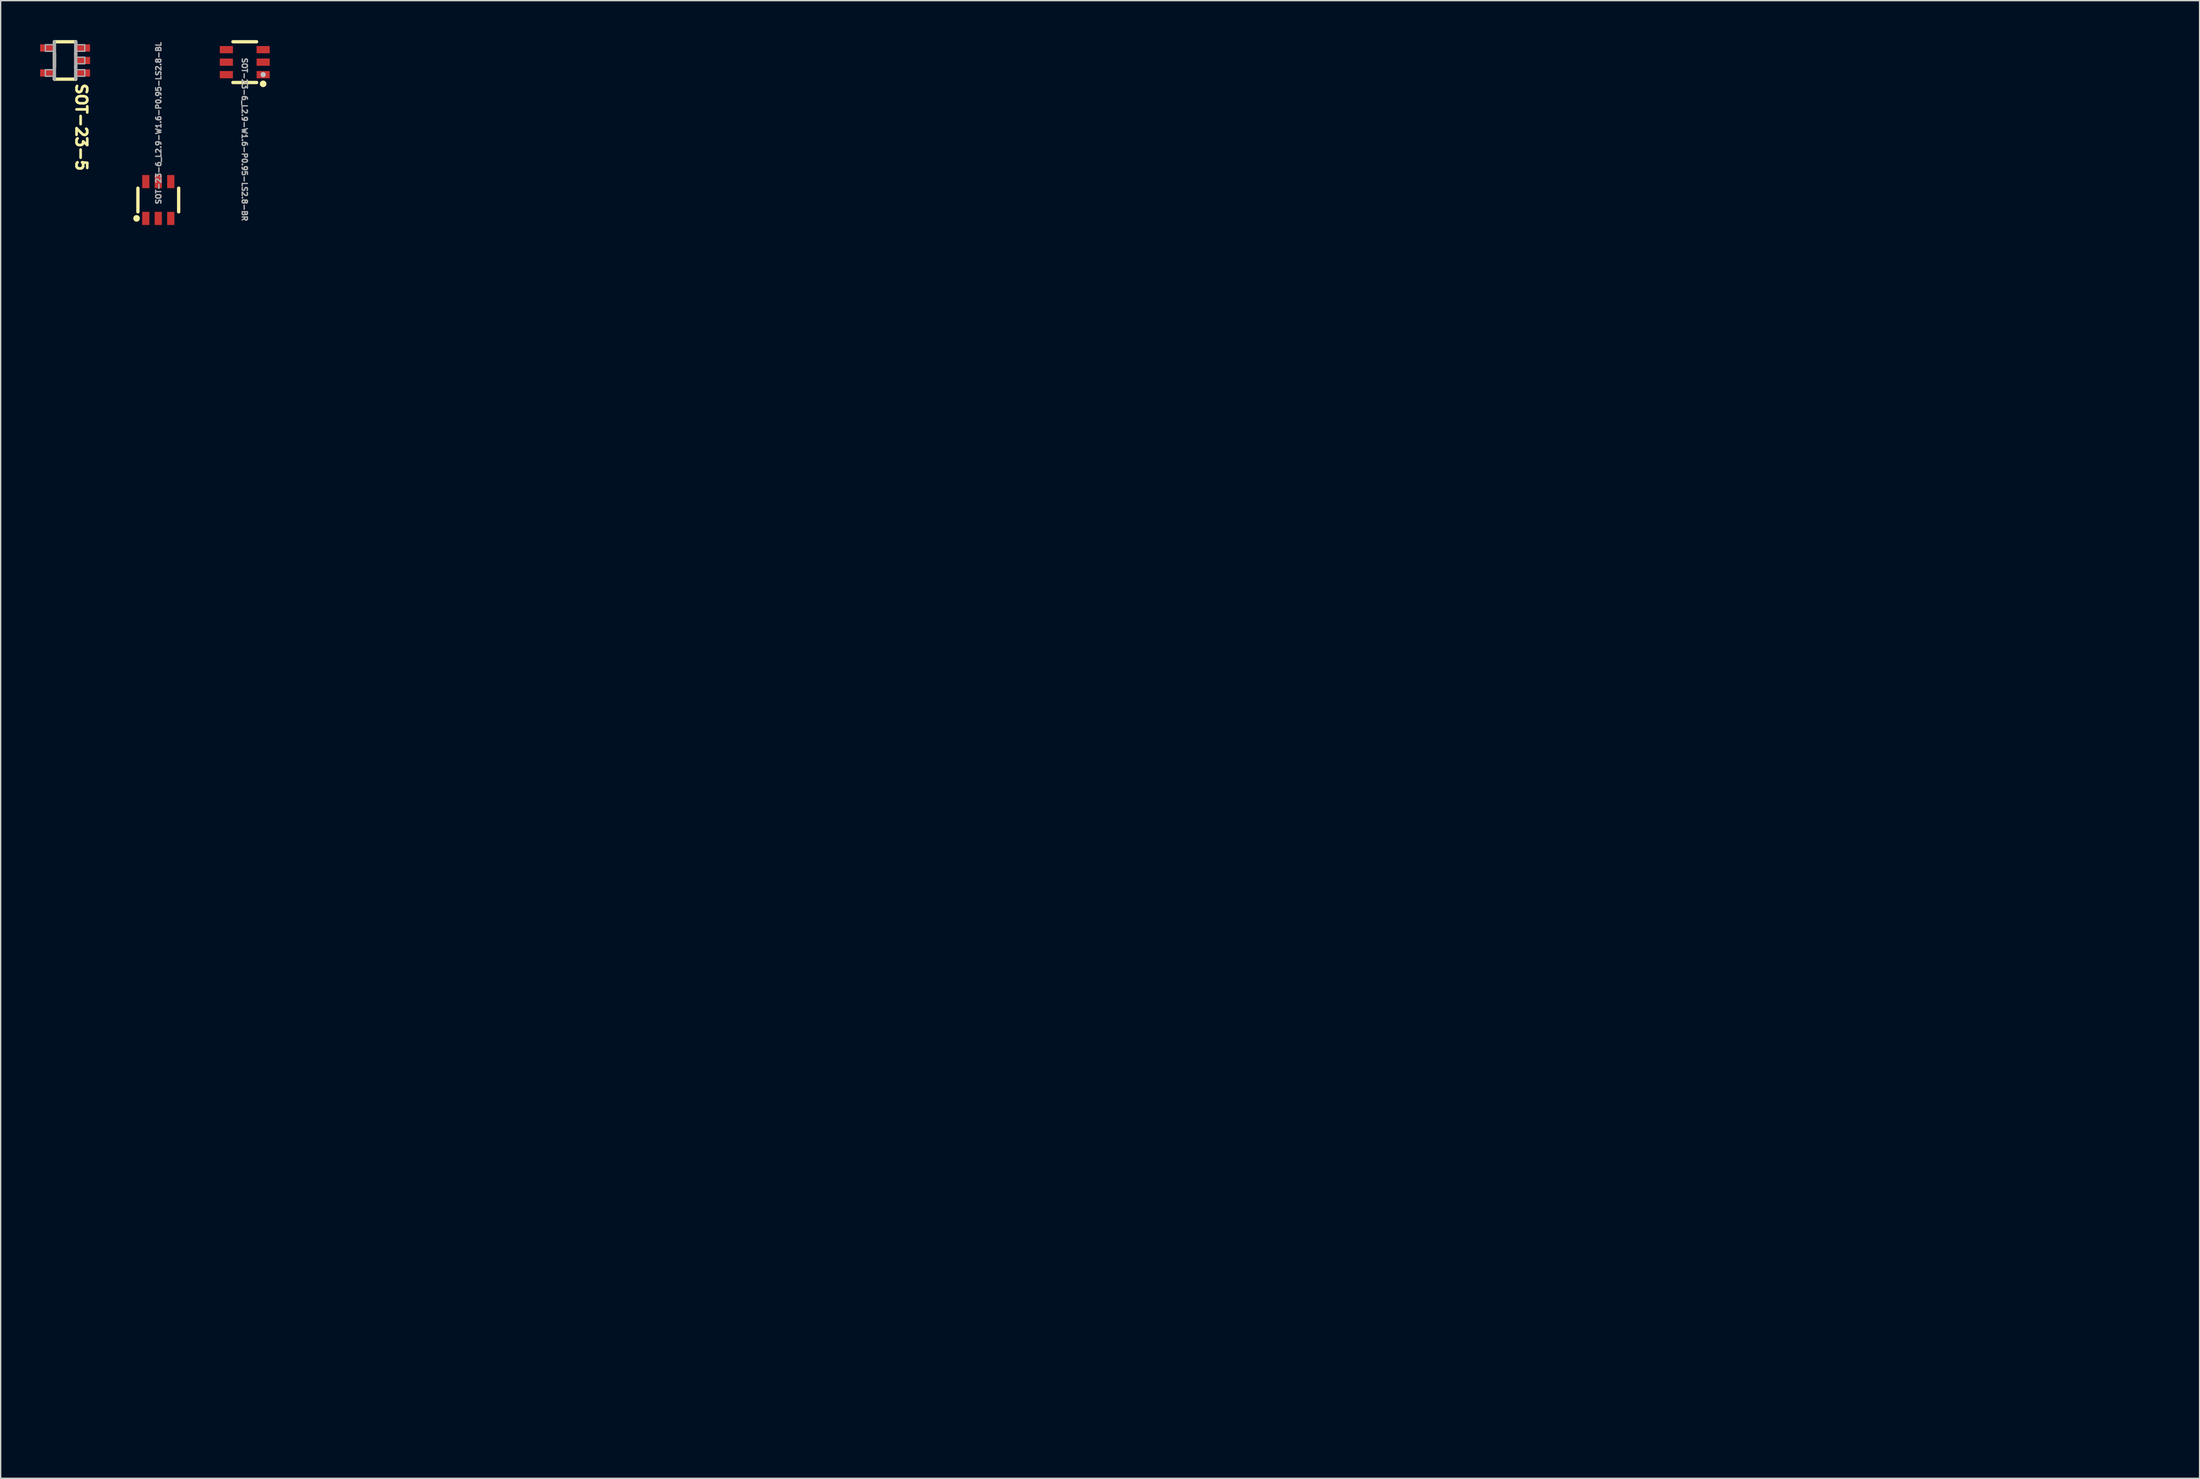
<source format=kicad_pcb>
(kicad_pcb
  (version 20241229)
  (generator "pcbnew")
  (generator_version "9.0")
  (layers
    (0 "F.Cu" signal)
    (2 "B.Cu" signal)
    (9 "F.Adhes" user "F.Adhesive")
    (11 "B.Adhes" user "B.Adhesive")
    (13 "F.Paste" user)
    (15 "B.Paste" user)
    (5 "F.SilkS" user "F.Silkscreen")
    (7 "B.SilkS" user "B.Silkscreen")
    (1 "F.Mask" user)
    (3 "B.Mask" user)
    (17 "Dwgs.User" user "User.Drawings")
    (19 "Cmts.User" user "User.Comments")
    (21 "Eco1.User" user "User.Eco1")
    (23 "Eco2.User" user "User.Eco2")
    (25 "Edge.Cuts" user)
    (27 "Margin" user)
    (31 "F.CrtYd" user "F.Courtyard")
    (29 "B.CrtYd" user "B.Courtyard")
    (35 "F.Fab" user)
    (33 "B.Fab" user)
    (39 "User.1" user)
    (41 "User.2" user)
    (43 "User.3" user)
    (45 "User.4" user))
  (footprint "SOT-23-6_L2.9-W1.6-P0.95-LS2.8-BL"
    (layer "F.Cu")
    (at 8.989 12.163)
    (property "Reference" "SOT-23-6_L2.9-W1.6-P0.95-LS2.8-BL" (at 0.254 0.381 90) (unlocked yes) (layer "F.Fab") (effects (font (size 0.4 0.4) (thickness 0.1)) (justify left bottom)))
    (fp_line (start -1.55 -0.9) (end -1.55 0.9) (stroke (width 0.254) (type default)) (layer "F.SilkS"))
    (fp_line (start 1.55 -0.9) (end 1.55 0.9) (stroke (width 0.254) (type default)) (layer "F.SilkS"))
    (fp_circle (center -1.651 1.397) (end -1.651 1.27) (stroke (width 0.254) (type default)) (fill no) (layer "F.SilkS"))
    (pad "1" smd rect (at -0.95 1.4 90) (size 1 0.55) (layers "F.Cu" "F.Mask" "F.Paste"))
    (pad "2" smd rect (at 0 1.4 90) (size 1 0.55) (layers "F.Cu" "F.Mask" "F.Paste"))
    (pad "3" smd rect (at 0.95 1.4 90) (size 1 0.55) (layers "F.Cu" "F.Mask" "F.Paste"))
    (pad "4" smd rect (at 0.95 -1.4 90) (size 1 0.55) (layers "F.Cu" "F.Mask" "F.Paste"))
    (pad "5" smd rect (at 0 -1.4 90) (size 1 0.55) (layers "F.Cu" "F.Mask" "F.Paste"))
    (pad "6" smd rect (at -0.95 -1.4 90) (size 1 0.55) (layers "F.Cu" "F.Mask" "F.Paste")))
  (footprint "SOT-23-6_L2.9-W1.6-P0.95-LS2.8-BR"
    (layer "F.Cu")
    (at 15.567 1.677)
    (property "Reference" "SOT-23-6_L2.9-W1.6-P0.95-LS2.8-BR" (at -0.251 -0.381 270) (unlocked yes) (layer "F.Fab") (effects (font (size 0.4 0.4) (thickness 0.1)) (justify left bottom)))
    (fp_line (start -0.9 -1.55) (end 0.9 -1.55) (stroke (width 0.254) (type default)) (layer "F.SilkS"))
    (fp_line (start -0.9 1.55) (end 0.9 1.55) (stroke (width 0.254) (type default)) (layer "F.SilkS"))
    (fp_circle (center 1.397 1.651) (end 1.397 1.778) (stroke (width 0.254) (type default)) (fill no) (layer "F.SilkS"))
    (fp_circle (center 1.4 0.95) (end 1.4 1.05) (stroke (width 0.2) (type default)) (fill no) (layer "Dwgs.User"))
    (fp_circle (center 1.4 1.45) (end 1.4 1.463) (stroke (width 0.025) (type default)) (fill no) (layer "User.5"))
    (pad "1" smd rect (at 1.4 0.95) (size 1 0.55) (layers "F.Cu" "F.Mask" "F.Paste"))
    (pad "2" smd rect (at 1.4 0) (size 1 0.55) (layers "F.Cu" "F.Mask" "F.Paste"))
    (pad "3" smd rect (at 1.4 -0.95) (size 1 0.55) (layers "F.Cu" "F.Mask" "F.Paste"))
    (pad "4" smd rect (at -1.4 -0.95) (size 1 0.55) (layers "F.Cu" "F.Mask" "F.Paste"))
    (pad "5" smd rect (at -1.4 0) (size 1 0.55) (layers "F.Cu" "F.Mask" "F.Paste"))
    (pad "6" smd rect (at -1.4 0.95) (size 1 0.55) (layers "F.Cu" "F.Mask" "F.Paste"))
    (zone (net_name "") (layer "User.3") (hatch edge 0.5) (priority 100) (connect_pads yes) (min_thickness 0) (filled_areas_thickness no) (fill yes) (polygon (pts (xy 159.052 106.399) (xy 159.052 103.499) (xy 160.652 103.499) (xy 160.652 106.399))) (filled_polygon (layer "User.3") (island) (pts (xy 159.052 106.399) (xy 159.052 103.499) (xy 160.652 103.499) (xy 160.652 106.399))))
    (zone (net_name "") (layer "User.4") (hatch edge 0.5) (priority 100) (connect_pads) (min_thickness 0) (filled_areas_thickness no) (keepout (tracks allowed) (vias allowed) (pads allowed) (copperpour not_allowed) (footprints allowed)) (placement (enabled no)) (fill) (polygon (pts (xy 158.917 104.214) (xy 158.917 103.784) (xy 159.062 103.784) (xy 159.062 104.214))))
    (zone (net_name "") (layer "User.4") (hatch edge 0.5) (priority 100) (connect_pads) (min_thickness 0) (filled_areas_thickness no) (keepout (tracks allowed) (vias allowed) (pads allowed) (copperpour not_allowed) (footprints allowed)) (placement (enabled no)) (fill) (polygon (pts (xy 158.917 105.164) (xy 158.917 104.734) (xy 159.062 104.734) (xy 159.062 105.164))))
    (zone (net_name "") (layer "User.4") (hatch edge 0.5) (priority 100) (connect_pads) (min_thickness 0) (filled_areas_thickness no) (keepout (tracks allowed) (vias allowed) (pads allowed) (copperpour not_allowed) (footprints allowed)) (placement (enabled no)) (fill) (polygon (pts (xy 158.917 106.114) (xy 158.917 105.684) (xy 159.062 105.684) (xy 159.062 106.114))))
    (zone (net_name "") (layer "User.4") (hatch edge 0.5) (priority 100) (connect_pads yes) (min_thickness 0) (filled_areas_thickness no) (fill yes) (polygon (pts (xy 158.927 104.214) (xy 158.927 103.784) (xy 158.452 103.784) (xy 158.452 104.214))) (filled_polygon (layer "User.4") (island) (pts (xy 158.927 104.214) (xy 158.927 103.784) (xy 158.452 103.784) (xy 158.452 104.214))))
    (zone (net_name "") (layer "User.4") (hatch edge 0.5) (priority 100) (connect_pads yes) (min_thickness 0) (filled_areas_thickness no) (fill yes) (polygon (pts (xy 158.927 105.164) (xy 158.927 104.734) (xy 158.452 104.734) (xy 158.452 105.164))) (filled_polygon (layer "User.4") (island) (pts (xy 158.927 105.164) (xy 158.927 104.734) (xy 158.452 104.734) (xy 158.452 105.164))))
    (zone (net_name "") (layer "User.4") (hatch edge 0.5) (priority 100) (connect_pads yes) (min_thickness 0) (filled_areas_thickness no) (fill yes) (polygon (pts (xy 158.927 106.114) (xy 158.927 105.684) (xy 158.452 105.684) (xy 158.452 106.114))) (filled_polygon (layer "User.4") (island) (pts (xy 158.927 106.114) (xy 158.927 105.684) (xy 158.452 105.684) (xy 158.452 106.114))))
    (zone (net_name "") (layer "User.4") (hatch edge 0.5) (priority 100) (connect_pads yes) (min_thickness 0) (filled_areas_thickness no) (fill yes) (polygon (pts (xy 160.777 104.214) (xy 160.777 103.784) (xy 161.252 103.784) (xy 161.252 104.214))) (filled_polygon (layer "User.4") (island) (pts (xy 160.777 104.214) (xy 160.777 103.784) (xy 161.252 103.784) (xy 161.252 104.214))))
    (zone (net_name "") (layer "User.4") (hatch edge 0.5) (priority 100) (connect_pads yes) (min_thickness 0) (filled_areas_thickness no) (fill yes) (polygon (pts (xy 160.777 105.164) (xy 160.777 104.734) (xy 161.252 104.734) (xy 161.252 105.164))) (filled_polygon (layer "User.4") (island) (pts (xy 160.777 105.164) (xy 160.777 104.734) (xy 161.252 104.734) (xy 161.252 105.164))))
    (zone (net_name "") (layer "User.4") (hatch edge 0.5) (priority 100) (connect_pads yes) (min_thickness 0) (filled_areas_thickness no) (fill yes) (polygon (pts (xy 160.777 106.114) (xy 160.777 105.684) (xy 161.252 105.684) (xy 161.252 106.114))) (filled_polygon (layer "User.4") (island) (pts (xy 160.777 106.114) (xy 160.777 105.684) (xy 161.252 105.684) (xy 161.252 106.114))))
    (zone (net_name "") (layer "User.4") (hatch edge 0.5) (priority 100) (connect_pads) (min_thickness 0) (filled_areas_thickness no) (keepout (tracks allowed) (vias allowed) (pads allowed) (copperpour not_allowed) (footprints allowed)) (placement (enabled no)) (fill) (polygon (pts (xy 160.787 103.784) (xy 160.787 104.214) (xy 160.642 104.214) (xy 160.642 103.784))))
    (zone (net_name "") (layer "User.4") (hatch edge 0.5) (priority 100) (connect_pads) (min_thickness 0) (filled_areas_thickness no) (keepout (tracks allowed) (vias allowed) (pads allowed) (copperpour not_allowed) (footprints allowed)) (placement (enabled no)) (fill) (polygon (pts (xy 160.787 104.734) (xy 160.787 105.164) (xy 160.642 105.164) (xy 160.642 104.734))))
    (zone (net_name "") (layer "User.4") (hatch edge 0.5) (priority 100) (connect_pads) (min_thickness 0) (filled_areas_thickness no) (keepout (tracks allowed) (vias allowed) (pads allowed) (copperpour not_allowed) (footprints allowed)) (placement (enabled no)) (fill) (polygon (pts (xy 160.787 105.684) (xy 160.787 106.114) (xy 160.642 106.114) (xy 160.642 105.684)))))
  (footprint "SOT-23-5"
    (layer "F.Cu")
    (at 1.9 1.549)
    (property "Reference" "SOT-23-5" (at 0.762 1.651 270) (unlocked yes) (layer "F.SilkS") (effects (font (size 0.813 0.813) (thickness 0.203)) (justify left bottom)))
    (fp_line (start -0.81 -1.422) (end 0.81 -1.422) (stroke (width 0.254) (type solid)) (layer "F.SilkS"))
    (fp_line (start -0.81 -1.328) (end -0.81 -1.422) (stroke (width 0.254) (type solid)) (layer "F.SilkS"))
    (fp_line (start -0.81 0.522) (end -0.81 -0.522) (stroke (width 0.254) (type solid)) (layer "F.SilkS"))
    (fp_line (start -0.81 1.422) (end -0.81 1.328) (stroke (width 0.254) (type solid)) (layer "F.SilkS"))
    (fp_line (start 0.81 -1.422) (end 0.81 -1.328) (stroke (width 0.254) (type solid)) (layer "F.SilkS"))
    (fp_line (start 0.81 -0.522) (end 0.81 -0.428) (stroke (width 0.254) (type solid)) (layer "F.SilkS"))
    (fp_line (start 0.81 0.428) (end 0.81 0.522) (stroke (width 0.254) (type solid)) (layer "F.SilkS"))
    (fp_line (start 0.81 1.328) (end 0.81 1.422) (stroke (width 0.254) (type solid)) (layer "F.SilkS"))
    (fp_line (start 0.81 1.422) (end -0.81 1.422) (stroke (width 0.254) (type solid)) (layer "F.SilkS"))
    (fp_line (start -0.81 1.422) (end -0.81 -1.422) (stroke (width 0.254) (type solid)) (layer "F.Fab"))
    (fp_line (start 0.81 -1.422) (end 0.81 1.422) (stroke (width 0.254) (type solid)) (layer "F.Fab"))
    (fp_poly (pts (xy -0.85 -0.7) (xy -0.85 -1.2) (xy -1.5 -1.2) (xy -1.5 -0.7)) (stroke (width 0.1) (type default)) (fill no) (layer "F.Fab"))
    (fp_poly (pts (xy -0.85 1.2) (xy -0.85 0.7) (xy -1.5 0.7) (xy -1.5 1.2)) (stroke (width 0.1) (type default)) (fill no) (layer "F.Fab"))
    (fp_poly (pts (xy 1.5 -0.7) (xy 1.5 -1.2) (xy 0.85 -1.2) (xy 0.85 -0.7)) (stroke (width 0.1) (type default)) (fill no) (layer "F.Fab"))
    (fp_poly (pts (xy 1.5 0.25) (xy 1.5 -0.25) (xy 0.85 -0.25) (xy 0.85 0.25)) (stroke (width 0.1) (type default)) (fill no) (layer "F.Fab"))
    (fp_poly (pts (xy 1.5 1.2) (xy 1.5 0.7) (xy 0.85 0.7) (xy 0.85 1.2)) (stroke (width 0.1) (type default)) (fill no) (layer "F.Fab"))
    (pad "1" smd rect (at 1.3 0.95 90) (size 0.55 1.2) (layers "F.Cu" "F.Mask" "F.Paste"))
    (pad "2" smd rect (at 1.3 0 90) (size 0.55 1.2) (layers "F.Cu" "F.Mask" "F.Paste"))
    (pad "3" smd rect (at 1.3 -0.95 90) (size 0.55 1.2) (layers "F.Cu" "F.Mask" "F.Paste"))
    (pad "4" smd rect (at -1.3 -0.95 90) (size 0.55 1.2) (layers "F.Cu" "F.Mask" "F.Paste"))
    (pad "5" smd rect (at -1.3 0.95 90) (size 0.55 1.2) (layers "F.Cu" "F.Mask" "F.Paste")))
  (gr_rect
    (start -3 -3)
    (end 164.252 109.399)
    (stroke (width 0.1) (type default))
    (fill no)
    (layer "Edge.Cuts")))
</source>
